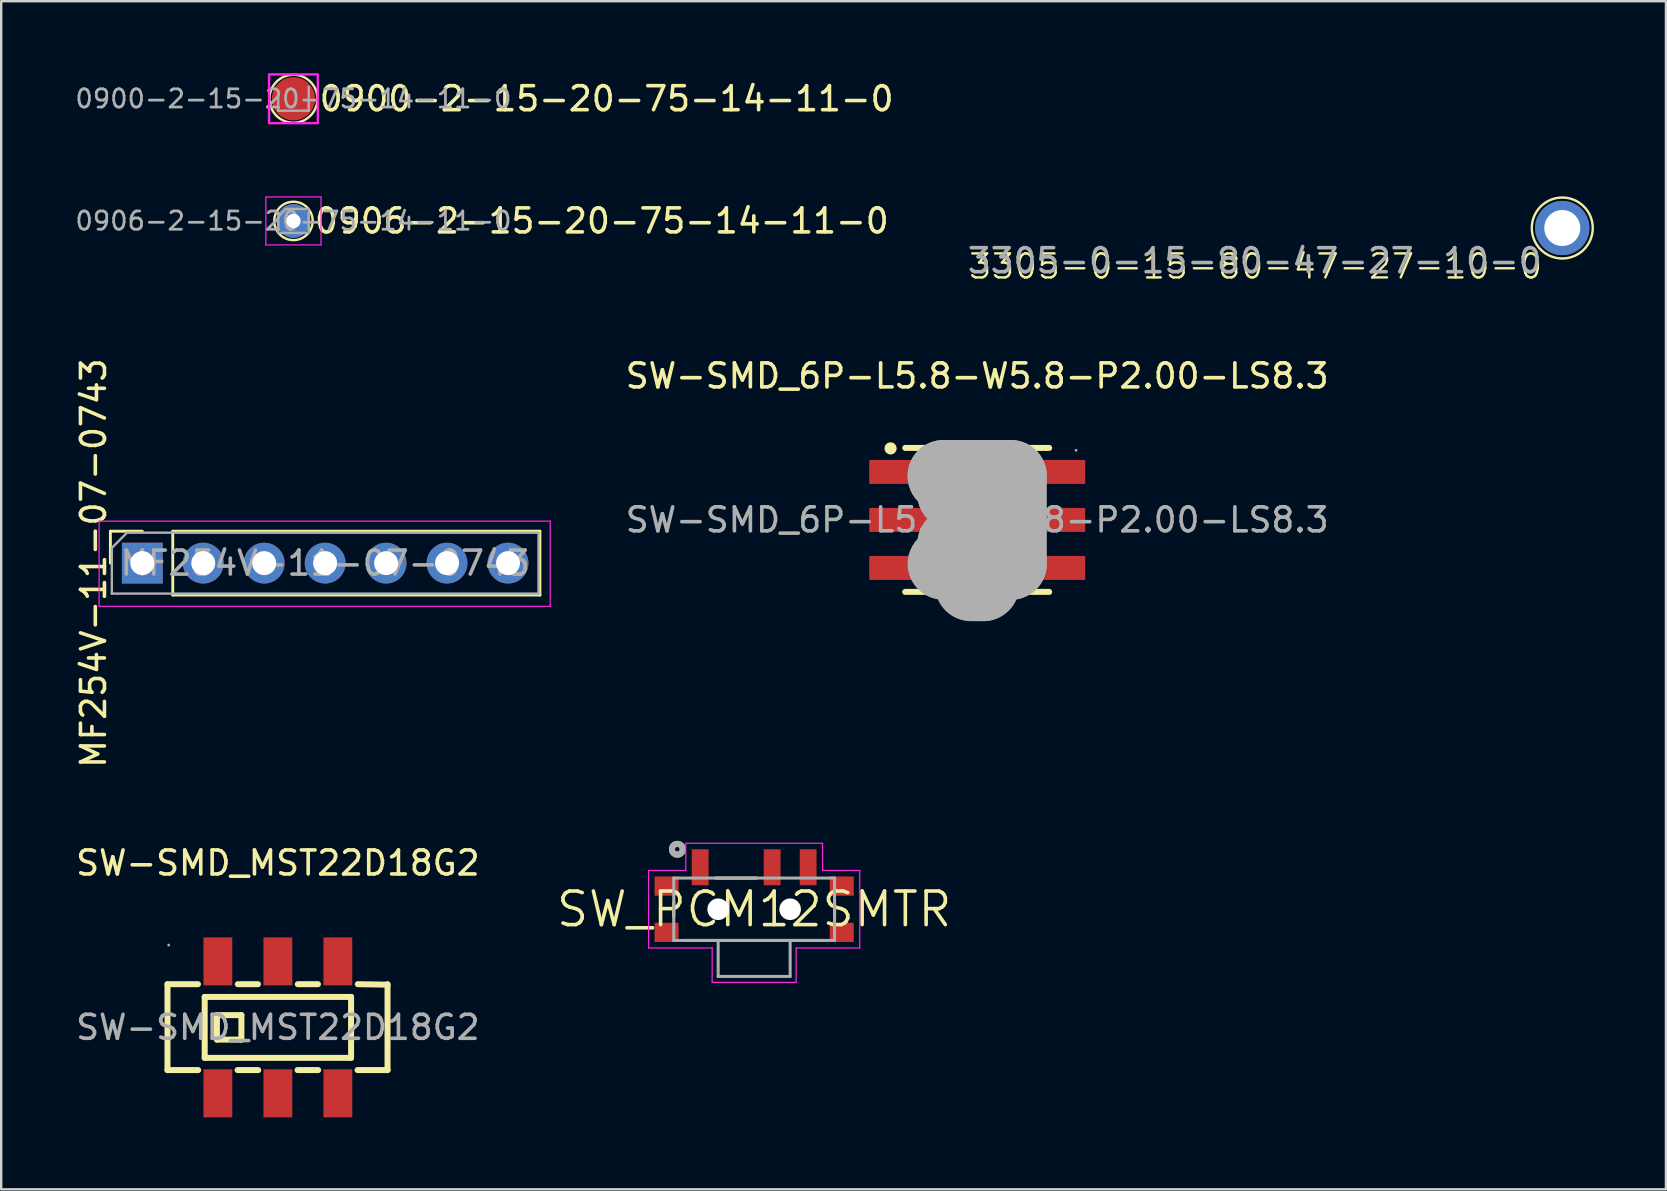
<source format=kicad_pcb>
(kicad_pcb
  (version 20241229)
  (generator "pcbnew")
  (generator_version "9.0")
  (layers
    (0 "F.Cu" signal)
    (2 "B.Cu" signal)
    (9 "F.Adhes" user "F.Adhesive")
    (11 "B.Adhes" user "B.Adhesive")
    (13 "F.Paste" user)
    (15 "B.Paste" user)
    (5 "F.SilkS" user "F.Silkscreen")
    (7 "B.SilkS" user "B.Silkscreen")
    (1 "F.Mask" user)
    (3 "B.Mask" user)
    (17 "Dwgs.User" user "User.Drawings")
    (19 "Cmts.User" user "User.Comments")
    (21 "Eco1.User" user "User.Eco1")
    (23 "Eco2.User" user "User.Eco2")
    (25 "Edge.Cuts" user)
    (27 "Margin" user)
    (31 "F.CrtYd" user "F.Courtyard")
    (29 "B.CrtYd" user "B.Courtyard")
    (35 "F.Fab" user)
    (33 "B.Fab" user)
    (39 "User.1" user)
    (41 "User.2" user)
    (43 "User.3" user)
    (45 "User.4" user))
  (footprint "0906-2-15-20-75-14-11-0"
    (layer "F.Cu")
    (at 9.179 6.157)
    (property "Reference" "0906-2-15-20-75-14-11-0" (at 0.8 0 0) (layer "F.SilkS") (effects (font (size 1 1) (thickness 0.15)) (justify left)))
    (attr through_hole allow_missing_courtyard)
    (fp_circle (center 0 0) (end 0.8 0) (stroke (width 0.1) (type default)) (fill no) (layer "F.SilkS"))
    (fp_line (start -1.15 -1) (end -1.15 1) (stroke (width 0.05) (type solid)) (layer "F.CrtYd"))
    (fp_line (start -1.15 1) (end 1.15 1) (stroke (width 0.05) (type solid)) (layer "F.CrtYd"))
    (fp_line (start 1.15 -1) (end -1.15 -1) (stroke (width 0.05) (type solid)) (layer "F.CrtYd"))
    (fp_line (start 1.15 1) (end 1.15 -1) (stroke (width 0.05) (type solid)) (layer "F.CrtYd"))
    (fp_line (start -0.635 -0.182) (end -0.318 -0.5) (stroke (width 0.1) (type solid)) (layer "F.Fab"))
    (fp_line (start -0.635 0.5) (end -0.635 -0.182) (stroke (width 0.1) (type solid)) (layer "F.Fab"))
    (fp_line (start -0.318 -0.5) (end 0.635 -0.5) (stroke (width 0.1) (type solid)) (layer "F.Fab"))
    (fp_line (start 0.635 -0.5) (end 0.635 0.5) (stroke (width 0.1) (type solid)) (layer "F.Fab"))
    (fp_line (start 0.635 0.5) (end -0.635 0.5) (stroke (width 0.1) (type solid)) (layer "F.Fab"))
    (fp_text user "${REFERENCE}" (at 0 0 180) (layer "F.Fab") (effects (font (size 0.76 0.76) (thickness 0.114))))
    (pad "1" thru_hole circle (at 0 0) (size 1.4 1.4) (drill 0.6) (layers "*.Cu" "*.Mask" "F.Paste")))
  (footprint "0900-2-15-20-75-14-11-0"
    (layer "F.Cu")
    (at 9.179 1.066)
    (property "Reference" "0900-2-15-20-75-14-11-0" (at 1 0 0) (layer "F.SilkS") (effects (font (size 1 1) (thickness 0.15)) (justify left)))
    (attr smd allow_missing_courtyard)
    (fp_circle (center 0 0) (end 1 0) (stroke (width 0.1) (type default)) (fill no) (layer "F.SilkS"))
    (fp_rect (start -1.016 -1.016) (end 1.016 1.016) (stroke (width 0.1) (type default)) (fill no) (layer "F.CrtYd"))
    (fp_line (start -0.635 0.5) (end -0.635 -0.182) (stroke (width 0.1) (type solid)) (layer "F.Fab"))
    (fp_line (start 0.635 -0.5) (end 0.635 0.5) (stroke (width 0.1) (type solid)) (layer "F.Fab"))
    (fp_line (start 0.635 0.5) (end -0.635 0.5) (stroke (width 0.1) (type solid)) (layer "F.Fab"))
    (fp_text user "${REFERENCE}" (at 0 0 180) (layer "F.Fab") (effects (font (size 0.76 0.76) (thickness 0.114))))
    (pad "1" smd circle (at 0 0) (size 1.8 1.8) (layers "F.Cu" "F.Mask" "F.Paste")))
  (footprint "SW_PCM12SMTR"
    (layer "F.Cu")
    (at 28.378 34.841)
    (property "Reference" "SW_PCM12SMTR" (at 0 0 0) (layer "F.SilkS") (effects (font (size 1.4 1.4) (thickness 0.15))))
    (attr smd)
    (fp_line (start -3.35 0.3) (end -3.35 -0.3) (stroke (width 0.127) (type solid)) (layer "F.SilkS"))
    (fp_line (start -2.9 1.3) (end 2.9 1.3) (stroke (width 0.127) (type solid)) (layer "F.SilkS"))
    (fp_line (start -1.6 -1.3) (end 0.1 -1.3) (stroke (width 0.127) (type solid)) (layer "F.SilkS"))
    (fp_line (start 3.35 -0.3) (end 3.35 0.3) (stroke (width 0.127) (type solid)) (layer "F.SilkS"))
    (fp_circle (center -3.2 -2.5) (end -3.1 -2.5) (stroke (width 0.25) (type solid)) (fill no) (layer "F.SilkS"))
    (fp_line (start -4.4 -1.615) (end -2.85 -1.615) (stroke (width 0.05) (type solid)) (layer "F.CrtYd"))
    (fp_line (start -4.4 1.615) (end -4.4 -1.615) (stroke (width 0.05) (type solid)) (layer "F.CrtYd"))
    (fp_line (start -2.85 -2.75) (end 2.85 -2.75) (stroke (width 0.05) (type solid)) (layer "F.CrtYd"))
    (fp_line (start -2.85 -1.615) (end -2.85 -2.75) (stroke (width 0.05) (type solid)) (layer "F.CrtYd"))
    (fp_line (start -1.75 1.615) (end -4.4 1.615) (stroke (width 0.05) (type solid)) (layer "F.CrtYd"))
    (fp_line (start -1.75 3.05) (end -1.75 1.615) (stroke (width 0.05) (type solid)) (layer "F.CrtYd"))
    (fp_line (start 1.75 1.615) (end 1.75 3.05) (stroke (width 0.05) (type solid)) (layer "F.CrtYd"))
    (fp_line (start 1.75 3.05) (end -1.75 3.05) (stroke (width 0.05) (type solid)) (layer "F.CrtYd"))
    (fp_line (start 2.85 -2.75) (end 2.85 -1.615) (stroke (width 0.05) (type solid)) (layer "F.CrtYd"))
    (fp_line (start 2.85 -1.615) (end 4.4 -1.615) (stroke (width 0.05) (type solid)) (layer "F.CrtYd"))
    (fp_line (start 4.4 -1.615) (end 4.4 1.615) (stroke (width 0.05) (type solid)) (layer "F.CrtYd"))
    (fp_line (start 4.4 1.615) (end 1.75 1.615) (stroke (width 0.05) (type solid)) (layer "F.CrtYd"))
    (fp_line (start -3.35 -1.3) (end 3.35 -1.3) (stroke (width 0.127) (type solid)) (layer "F.Fab"))
    (fp_line (start -3.35 1.3) (end -3.35 -1.3) (stroke (width 0.127) (type solid)) (layer "F.Fab"))
    (fp_line (start -1.5 1.3) (end -3.35 1.3) (stroke (width 0.127) (type solid)) (layer "F.Fab"))
    (fp_line (start -1.5 1.3) (end -1.5 2.8) (stroke (width 0.127) (type solid)) (layer "F.Fab"))
    (fp_line (start -1.5 2.8) (end 1.5 2.8) (stroke (width 0.127) (type solid)) (layer "F.Fab"))
    (fp_line (start 1.5 1.3) (end -1.5 1.3) (stroke (width 0.127) (type solid)) (layer "F.Fab"))
    (fp_line (start 1.5 2.8) (end 1.5 1.3) (stroke (width 0.127) (type solid)) (layer "F.Fab"))
    (fp_line (start 3.35 -1.3) (end 3.35 1.3) (stroke (width 0.127) (type solid)) (layer "F.Fab"))
    (fp_line (start 3.35 1.3) (end 1.5 1.3) (stroke (width 0.127) (type solid)) (layer "F.Fab"))
    (fp_circle (center -3.2 -2.5) (end -3.1 -2.5) (stroke (width 0.25) (type solid)) (fill no) (layer "F.Fab"))
    (pad "" np_thru_hole circle (at -1.5 0) (size 0.9 0.9) (drill 0.9) (layers "*.Cu" "*.Mask"))
    (pad "" np_thru_hole circle (at 1.5 0) (size 0.9 0.9) (drill 0.9) (layers "*.Cu" "*.Mask"))
    (pad "1" smd rect (at -2.25 -1.75) (size 0.7 1.5) (layers "F.Cu" "F.Mask" "F.Paste"))
    (pad "2" smd rect (at 0.75 -1.75) (size 0.7 1.5) (layers "F.Cu" "F.Mask" "F.Paste"))
    (pad "3" smd rect (at 2.25 -1.75) (size 0.7 1.5) (layers "F.Cu" "F.Mask" "F.Paste"))
    (pad "S1" smd rect (at -3.65 -0.965) (size 1 0.8) (layers "F.Cu" "F.Mask" "F.Paste"))
    (pad "S2" smd rect (at -3.65 0.965) (size 1 0.8) (layers "F.Cu" "F.Mask" "F.Paste"))
    (pad "S3" smd rect (at 3.65 0.965) (size 1 0.8) (layers "F.Cu" "F.Mask" "F.Paste"))
    (pad "S4" smd rect (at 3.65 -0.965) (size 1 0.8) (layers "F.Cu" "F.Mask" "F.Paste")))
  (footprint "3305-0-15-80-47-27-10-0"
    (layer "F.Cu")
    (at 62.055 6.452)
    (property "Reference" "3305-0-15-80-47-27-10-0" (at -0.762 1.016 0) (unlocked yes) (layer "F.SilkS") (effects (font (size 1 1) (thickness 0.1)) (justify right top)))
    (attr through_hole allow_missing_courtyard)
    (fp_circle (center 0 0) (end 1.27 0) (stroke (width 0.1) (type default)) (fill no) (layer "F.SilkS"))
    (fp_text user "${REFERENCE}" (at -0.767 0.779 0) (unlocked yes) (layer "F.Fab") (effects (font (size 1 1) (thickness 0.15)) (justify right top)))
    (pad "1" thru_hole circle (at 0 0) (size 2.262 2.262) (drill 1.5) (layers "*.Cu" "*.Mask")))
  (footprint "SW-SMD_6P-L5.8-W5.8-P2.00-LS8.3"
    (layer "F.Cu")
    (at 37.673 18.616)
    (property "Reference" "SW-SMD_6P-L5.8-W5.8-P2.00-LS8.3" (at 0 -6 0) (layer "F.SilkS") (effects (font (size 1 1) (thickness 0.15))))
    (attr smd)
    (fp_line (start 3 -3) (end -3 -3) (stroke (width 0.25) (type solid)) (layer "F.SilkS"))
    (fp_line (start 3 3) (end -3 3) (stroke (width 0.25) (type solid)) (layer "F.SilkS"))
    (fp_circle (center -3.61 -2.98) (end -3.48 -2.98) (stroke (width 0.25) (type solid)) (fill no) (layer "F.SilkS"))
    (fp_line (start -1.4 -1.83) (end -1.4 -1.83) (stroke (width 3) (type solid)) (layer "F.Fab"))
    (fp_line (start -1.4 -1.83) (end 1.4 -1.83) (stroke (width 3) (type solid)) (layer "F.Fab"))
    (fp_line (start -1 -1.1) (end -1 -1.1) (stroke (width 3) (type solid)) (layer "F.Fab"))
    (fp_line (start -1 -1.1) (end 1 -1.1) (stroke (width 3) (type solid)) (layer "F.Fab"))
    (fp_line (start -0.26 2.11) (end -0.26 2.11) (stroke (width 3) (type solid)) (layer "F.Fab"))
    (fp_line (start -0.26 2.11) (end 0.25 2.11) (stroke (width 3) (type solid)) (layer "F.Fab"))
    (fp_line (start 0.25 2.11) (end 0.25 2.72) (stroke (width 3) (type solid)) (layer "F.Fab"))
    (fp_line (start 0.25 2.72) (end -0.26 2.72) (stroke (width 3) (type solid)) (layer "F.Fab"))
    (fp_line (start 1 -1.1) (end 1 1) (stroke (width 3) (type solid)) (layer "F.Fab"))
    (fp_line (start 1 1) (end -1 1) (stroke (width 3) (type solid)) (layer "F.Fab"))
    (fp_line (start 1.4 -1.83) (end 1.4 1.83) (stroke (width 3) (type solid)) (layer "F.Fab"))
    (fp_line (start 1.4 1.83) (end -1.4 1.83) (stroke (width 3) (type solid)) (layer "F.Fab"))
    (fp_circle (center 4.12 -2.9) (end 4.15 -2.9) (stroke (width 0.06) (type solid)) (fill no) (layer "F.Fab"))
    (fp_text user "${REFERENCE}" (at 0 0 0) (layer "F.Fab") (effects (font (size 1 1) (thickness 0.15))))
    (pad "1" smd rect (at -3.2 -2) (size 2.6 1) (layers "F.Cu" "F.Mask" "F.Paste"))
    (pad "2" smd rect (at -3.2 0) (size 2.6 1) (layers "F.Cu" "F.Mask" "F.Paste"))
    (pad "3" smd rect (at -3.2 2) (size 2.6 1) (layers "F.Cu" "F.Mask" "F.Paste"))
    (pad "4" smd rect (at 3.2 -2) (size 2.6 1) (layers "F.Cu" "F.Mask" "F.Paste"))
    (pad "5" smd rect (at 3.2 0) (size 2.6 1) (layers "F.Cu" "F.Mask" "F.Paste"))
    (pad "6" smd rect (at 3.2 2) (size 2.6 1) (layers "F.Cu" "F.Mask" "F.Paste")))
  (footprint "SW-SMD_MST22D18G2"
    (layer "F.Cu")
    (at 8.53 39.764)
    (property "Reference" "SW-SMD_MST22D18G2" (at 0 -6.85 0) (layer "F.SilkS") (effects (font (size 1 1) (thickness 0.15))))
    (attr smd)
    (fp_line (start -4.6 -1.8) (end -4.6 1.78) (stroke (width 0.25) (type solid)) (layer "F.SilkS"))
    (fp_line (start -4.6 -1.8) (end -3.33 -1.8) (stroke (width 0.25) (type solid)) (layer "F.SilkS"))
    (fp_line (start -3.32 1.78) (end -4.6 1.78) (stroke (width 0.25) (type solid)) (layer "F.SilkS"))
    (fp_line (start -3.05 -1.27) (end 3.05 -1.27) (stroke (width 0.25) (type solid)) (layer "F.SilkS"))
    (fp_line (start -3.05 1.27) (end -3.05 -1.27) (stroke (width 0.25) (type solid)) (layer "F.SilkS"))
    (fp_line (start -2.54 -0.51) (end -1.52 -0.51) (stroke (width 0.25) (type solid)) (layer "F.SilkS"))
    (fp_line (start -2.54 0.51) (end -2.54 -0.51) (stroke (width 0.25) (type solid)) (layer "F.SilkS"))
    (fp_line (start -1.67 -1.8) (end -0.83 -1.8) (stroke (width 0.25) (type solid)) (layer "F.SilkS"))
    (fp_line (start -1.52 -0.51) (end -1.52 0.51) (stroke (width 0.25) (type solid)) (layer "F.SilkS"))
    (fp_line (start -1.52 0.51) (end -2.54 0.51) (stroke (width 0.25) (type solid)) (layer "F.SilkS"))
    (fp_line (start -0.82 1.78) (end -1.68 1.78) (stroke (width 0.25) (type solid)) (layer "F.SilkS"))
    (fp_line (start 0.83 -1.8) (end 1.67 -1.8) (stroke (width 0.25) (type solid)) (layer "F.SilkS"))
    (fp_line (start 1.68 1.78) (end 0.82 1.78) (stroke (width 0.25) (type solid)) (layer "F.SilkS"))
    (fp_line (start 3.05 -1.27) (end 3.05 1.27) (stroke (width 0.25) (type solid)) (layer "F.SilkS"))
    (fp_line (start 3.05 1.27) (end -3.05 1.27) (stroke (width 0.25) (type solid)) (layer "F.SilkS"))
    (fp_line (start 3.33 -1.8) (end 4.57 -1.78) (stroke (width 0.25) (type solid)) (layer "F.SilkS"))
    (fp_line (start 4.57 1.78) (end 3.32 1.78) (stroke (width 0.25) (type solid)) (layer "F.SilkS"))
    (fp_line (start 4.57 1.78) (end 4.57 -1.8) (stroke (width 0.25) (type solid)) (layer "F.SilkS"))
    (fp_circle (center -4.55 -3.43) (end -4.52 -3.43) (stroke (width 0.06) (type solid)) (fill no) (layer "F.Fab"))
    (fp_text user "${REFERENCE}" (at 0 0 0) (layer "F.Fab") (effects (font (size 1 1) (thickness 0.15))))
    (pad "1" smd rect (at -2.5 -2.75 180) (size 1.2 2) (layers "F.Cu" "F.Mask" "F.Paste"))
    (pad "2" smd rect (at 0 -2.75 180) (size 1.2 2) (layers "F.Cu" "F.Mask" "F.Paste"))
    (pad "3" smd rect (at 2.5 -2.75 180) (size 1.2 2) (layers "F.Cu" "F.Mask" "F.Paste"))
    (pad "4" smd rect (at -2.5 2.75 180) (size 1.2 2) (layers "F.Cu" "F.Mask" "F.Paste"))
    (pad "5" smd rect (at 0 2.75 180) (size 1.2 2) (layers "F.Cu" "F.Mask" "F.Paste"))
    (pad "6" smd rect (at 2.5 2.75 180) (size 1.2 2) (layers "F.Cu" "F.Mask" "F.Paste")))
  (footprint "MF254V-11-07-0743"
    (layer "F.Cu")
    (at 10.5 20.417)
    (property "Reference" "MF254V-11-07-0743" (at -9.652 0 90) (layer "F.SilkS") (effects (font (size 1 1) (thickness 0.15))))
    (attr through_hole allow_missing_courtyard)
    (fp_line (start -8.95 -1.33) (end -7.62 -1.33) (stroke (width 0.12) (type solid)) (layer "F.SilkS"))
    (fp_line (start -8.95 0) (end -8.95 -1.33) (stroke (width 0.12) (type solid)) (layer "F.SilkS"))
    (fp_line (start -6.35 -1.33) (end 8.95 -1.33) (stroke (width 0.12) (type solid)) (layer "F.SilkS"))
    (fp_line (start -6.35 1.33) (end -6.35 -1.33) (stroke (width 0.12) (type solid)) (layer "F.SilkS"))
    (fp_line (start -6.35 1.33) (end 8.95 1.33) (stroke (width 0.12) (type solid)) (layer "F.SilkS"))
    (fp_line (start 8.95 1.33) (end 8.95 -1.33) (stroke (width 0.12) (type solid)) (layer "F.SilkS"))
    (fp_line (start -9.42 -1.75) (end 9.38 -1.75) (stroke (width 0.05) (type solid)) (layer "F.CrtYd"))
    (fp_line (start -9.42 1.8) (end -9.42 -1.75) (stroke (width 0.05) (type solid)) (layer "F.CrtYd"))
    (fp_line (start 9.38 -1.75) (end 9.38 1.8) (stroke (width 0.05) (type solid)) (layer "F.CrtYd"))
    (fp_line (start 9.38 1.8) (end -9.42 1.8) (stroke (width 0.05) (type solid)) (layer "F.CrtYd"))
    (fp_line (start -8.89 -0.635) (end -8.255 -1.27) (stroke (width 0.1) (type solid)) (layer "F.Fab"))
    (fp_line (start -8.89 1.27) (end -8.89 -0.635) (stroke (width 0.1) (type solid)) (layer "F.Fab"))
    (fp_line (start -8.255 -1.27) (end 8.89 -1.27) (stroke (width 0.1) (type solid)) (layer "F.Fab"))
    (fp_line (start 8.89 -1.27) (end 8.89 1.27) (stroke (width 0.1) (type solid)) (layer "F.Fab"))
    (fp_line (start 8.89 1.27) (end -8.89 1.27) (stroke (width 0.1) (type solid)) (layer "F.Fab"))
    (fp_text user "${REFERENCE}" (at 0 0 180) (layer "F.Fab") (effects (font (size 1 1) (thickness 0.15))))
    (pad "1" thru_hole rect (at -7.62 0 90) (size 1.7 1.7) (drill 1) (layers "*.Cu" "*.Mask"))
    (pad "2" thru_hole oval (at -5.08 0 90) (size 1.7 1.7) (drill 1) (layers "*.Cu" "*.Mask"))
    (pad "3" thru_hole oval (at -2.54 0 90) (size 1.7 1.7) (drill 1) (layers "*.Cu" "*.Mask"))
    (pad "4" thru_hole oval (at 0 0 90) (size 1.7 1.7) (drill 1) (layers "*.Cu" "*.Mask"))
    (pad "5" thru_hole oval (at 2.54 0 90) (size 1.7 1.7) (drill 1) (layers "*.Cu" "*.Mask"))
    (pad "6" thru_hole oval (at 5.08 0 90) (size 1.7 1.7) (drill 1) (layers "*.Cu" "*.Mask"))
    (pad "7" thru_hole oval (at 7.62 0 90) (size 1.7 1.7) (drill 1) (layers "*.Cu" "*.Mask")))
  (gr_rect
    (start -3 -3)
    (end 66.375 46.514)
    (stroke (width 0.1) (type default))
    (fill no)
    (layer "Edge.Cuts")))
</source>
